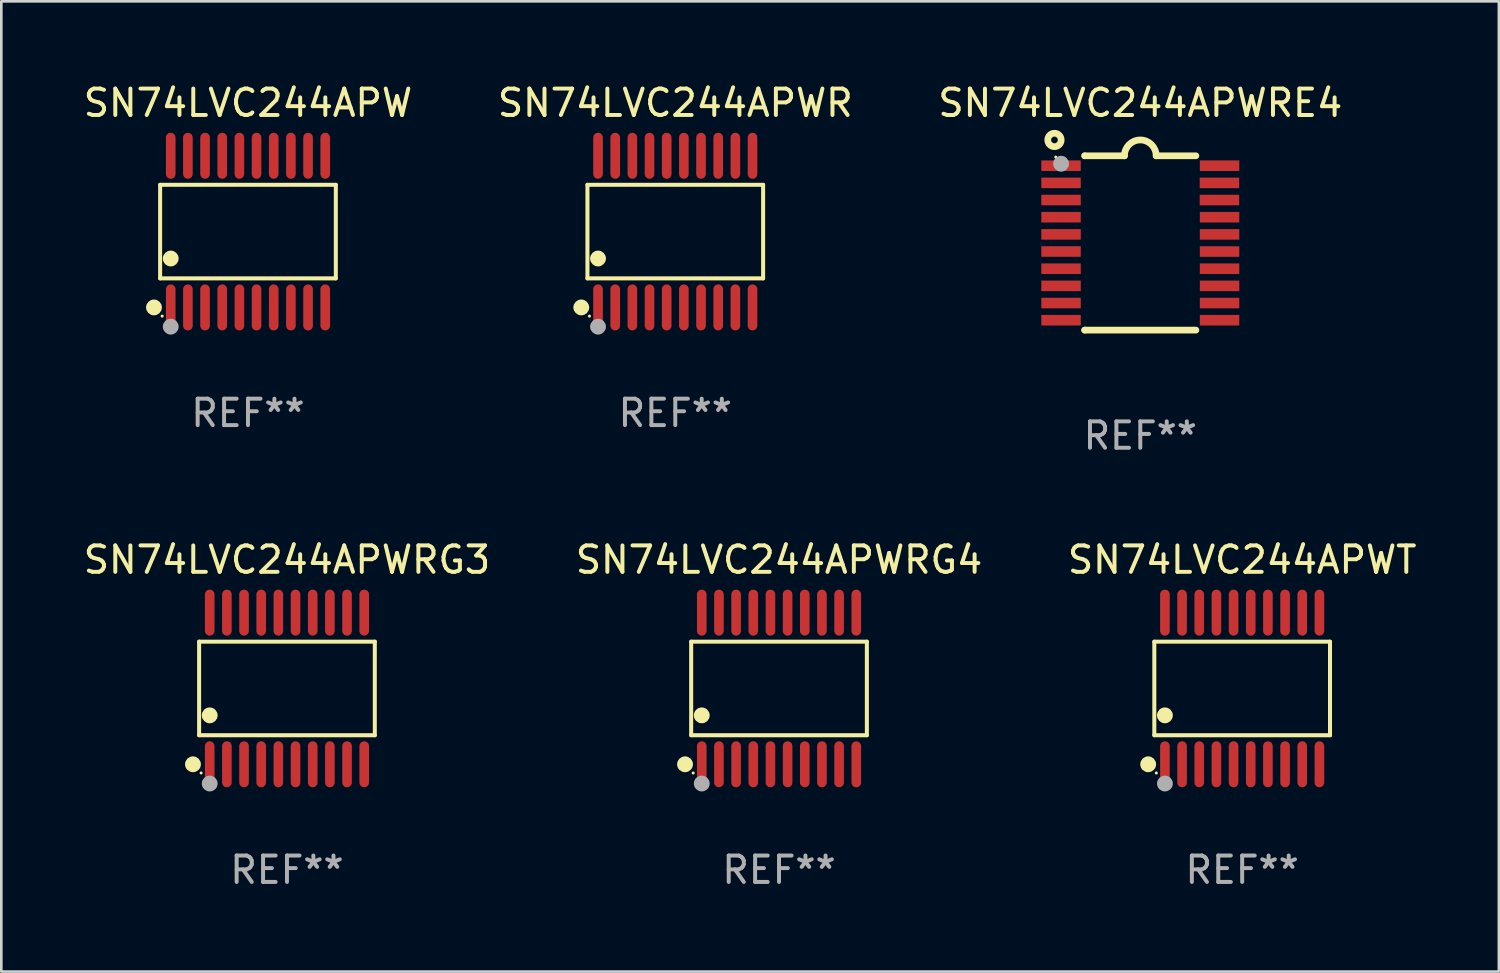
<source format=kicad_pcb>
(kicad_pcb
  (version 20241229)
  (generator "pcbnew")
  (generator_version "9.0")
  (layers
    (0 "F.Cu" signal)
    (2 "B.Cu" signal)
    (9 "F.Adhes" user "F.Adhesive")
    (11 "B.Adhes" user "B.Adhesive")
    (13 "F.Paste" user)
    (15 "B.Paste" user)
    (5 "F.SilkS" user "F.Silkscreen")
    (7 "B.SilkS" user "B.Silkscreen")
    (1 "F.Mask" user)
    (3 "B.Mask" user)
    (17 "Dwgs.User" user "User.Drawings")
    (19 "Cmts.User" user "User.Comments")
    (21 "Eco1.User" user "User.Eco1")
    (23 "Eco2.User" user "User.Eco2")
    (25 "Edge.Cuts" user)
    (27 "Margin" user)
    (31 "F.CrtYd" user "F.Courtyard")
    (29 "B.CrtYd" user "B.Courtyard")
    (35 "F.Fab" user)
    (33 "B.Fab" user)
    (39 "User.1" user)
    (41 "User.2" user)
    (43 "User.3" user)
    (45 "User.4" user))
  (footprint "SN74LVC244APWR"
    (layer "F.Cu")
    (at 22.518 5.719)
    (property "Reference" "SN74LVC244APWR" (at 0 -4.871 0) (layer "F.SilkS") (effects (font (size 1 1) (thickness 0.15))))
    (attr through_hole)
    (fp_line (start -3.326 -1.771) (end 3.326 -1.771) (stroke (width 0.152) (type solid)) (layer "F.SilkS"))
    (fp_line (start -3.326 1.771) (end -3.326 -1.771) (stroke (width 0.152) (type solid)) (layer "F.SilkS"))
    (fp_line (start 3.326 -1.771) (end 3.326 1.771) (stroke (width 0.152) (type solid)) (layer "F.SilkS"))
    (fp_line (start 3.326 1.771) (end -3.326 1.771) (stroke (width 0.152) (type solid)) (layer "F.SilkS"))
    (fp_circle (center -3.559 2.871) (end -3.409 2.871) (stroke (width 0.3) (type solid)) (fill no) (layer "F.SilkS"))
    (fp_circle (center -3.25 3.2) (end -3.22 3.2) (stroke (width 0.06) (type solid)) (fill no) (layer "F.SilkS"))
    (fp_circle (center -2.925 1.019) (end -2.775 1.019) (stroke (width 0.3) (type solid)) (fill no) (layer "F.SilkS"))
    (fp_circle (center -2.925 3.6) (end -2.775 3.6) (stroke (width 0.3) (type solid)) (fill no) (layer "F.Fab"))
    (fp_text user "REF**" (at 0 6.871 0) (layer "F.Fab") (effects (font (size 1 1) (thickness 0.15))))
    (pad "1" smd oval (at -2.925 2.871) (size 0.364 1.742) (layers "F.Cu" "F.Mask" "F.Paste"))
    (pad "2" smd oval (at -2.275 2.871) (size 0.364 1.742) (layers "F.Cu" "F.Mask" "F.Paste"))
    (pad "3" smd oval (at -1.625 2.871) (size 0.364 1.742) (layers "F.Cu" "F.Mask" "F.Paste"))
    (pad "4" smd oval (at -0.975 2.871) (size 0.364 1.742) (layers "F.Cu" "F.Mask" "F.Paste"))
    (pad "5" smd oval (at -0.325 2.871) (size 0.364 1.742) (layers "F.Cu" "F.Mask" "F.Paste"))
    (pad "6" smd oval (at 0.325 2.871) (size 0.364 1.742) (layers "F.Cu" "F.Mask" "F.Paste"))
    (pad "7" smd oval (at 0.975 2.871) (size 0.364 1.742) (layers "F.Cu" "F.Mask" "F.Paste"))
    (pad "8" smd oval (at 1.625 2.871) (size 0.364 1.742) (layers "F.Cu" "F.Mask" "F.Paste"))
    (pad "9" smd oval (at 2.275 2.871) (size 0.364 1.742) (layers "F.Cu" "F.Mask" "F.Paste"))
    (pad "10" smd oval (at 2.925 2.871) (size 0.364 1.742) (layers "F.Cu" "F.Mask" "F.Paste"))
    (pad "11" smd oval (at 2.925 -2.871) (size 0.364 1.742) (layers "F.Cu" "F.Mask" "F.Paste"))
    (pad "12" smd oval (at 2.275 -2.871) (size 0.364 1.742) (layers "F.Cu" "F.Mask" "F.Paste"))
    (pad "13" smd oval (at 1.625 -2.871) (size 0.364 1.742) (layers "F.Cu" "F.Mask" "F.Paste"))
    (pad "14" smd oval (at 0.975 -2.871) (size 0.364 1.742) (layers "F.Cu" "F.Mask" "F.Paste"))
    (pad "15" smd oval (at 0.325 -2.871) (size 0.364 1.742) (layers "F.Cu" "F.Mask" "F.Paste"))
    (pad "16" smd oval (at -0.325 -2.871) (size 0.364 1.742) (layers "F.Cu" "F.Mask" "F.Paste"))
    (pad "17" smd oval (at -0.975 -2.871) (size 0.364 1.742) (layers "F.Cu" "F.Mask" "F.Paste"))
    (pad "18" smd oval (at -1.625 -2.871) (size 0.364 1.742) (layers "F.Cu" "F.Mask" "F.Paste"))
    (pad "19" smd oval (at -2.275 -2.871) (size 0.364 1.742) (layers "F.Cu" "F.Mask" "F.Paste"))
    (pad "20" smd oval (at -2.925 -2.871) (size 0.364 1.742) (layers "F.Cu" "F.Mask" "F.Paste")))
  (footprint "SN74LVC244APWRG4"
    (layer "F.Cu")
    (at 26.446 23.017)
    (property "Reference" "SN74LVC244APWRG4" (at 0 -4.871 0) (layer "F.SilkS") (effects (font (size 1 1) (thickness 0.15))))
    (attr through_hole)
    (fp_line (start -3.326 -1.771) (end 3.326 -1.771) (stroke (width 0.152) (type solid)) (layer "F.SilkS"))
    (fp_line (start -3.326 1.771) (end -3.326 -1.771) (stroke (width 0.152) (type solid)) (layer "F.SilkS"))
    (fp_line (start 3.326 -1.771) (end 3.326 1.771) (stroke (width 0.152) (type solid)) (layer "F.SilkS"))
    (fp_line (start 3.326 1.771) (end -3.326 1.771) (stroke (width 0.152) (type solid)) (layer "F.SilkS"))
    (fp_circle (center -3.559 2.871) (end -3.409 2.871) (stroke (width 0.3) (type solid)) (fill no) (layer "F.SilkS"))
    (fp_circle (center -3.25 3.2) (end -3.22 3.2) (stroke (width 0.06) (type solid)) (fill no) (layer "F.SilkS"))
    (fp_circle (center -2.925 1.019) (end -2.775 1.019) (stroke (width 0.3) (type solid)) (fill no) (layer "F.SilkS"))
    (fp_circle (center -2.925 3.6) (end -2.775 3.6) (stroke (width 0.3) (type solid)) (fill no) (layer "F.Fab"))
    (fp_text user "REF**" (at 0 6.871 0) (layer "F.Fab") (effects (font (size 1 1) (thickness 0.15))))
    (pad "1" smd oval (at -2.925 2.871) (size 0.364 1.742) (layers "F.Cu" "F.Mask" "F.Paste"))
    (pad "2" smd oval (at -2.275 2.871) (size 0.364 1.742) (layers "F.Cu" "F.Mask" "F.Paste"))
    (pad "3" smd oval (at -1.625 2.871) (size 0.364 1.742) (layers "F.Cu" "F.Mask" "F.Paste"))
    (pad "4" smd oval (at -0.975 2.871) (size 0.364 1.742) (layers "F.Cu" "F.Mask" "F.Paste"))
    (pad "5" smd oval (at -0.325 2.871) (size 0.364 1.742) (layers "F.Cu" "F.Mask" "F.Paste"))
    (pad "6" smd oval (at 0.325 2.871) (size 0.364 1.742) (layers "F.Cu" "F.Mask" "F.Paste"))
    (pad "7" smd oval (at 0.975 2.871) (size 0.364 1.742) (layers "F.Cu" "F.Mask" "F.Paste"))
    (pad "8" smd oval (at 1.625 2.871) (size 0.364 1.742) (layers "F.Cu" "F.Mask" "F.Paste"))
    (pad "9" smd oval (at 2.275 2.871) (size 0.364 1.742) (layers "F.Cu" "F.Mask" "F.Paste"))
    (pad "10" smd oval (at 2.925 2.871) (size 0.364 1.742) (layers "F.Cu" "F.Mask" "F.Paste"))
    (pad "11" smd oval (at 2.925 -2.871) (size 0.364 1.742) (layers "F.Cu" "F.Mask" "F.Paste"))
    (pad "12" smd oval (at 2.275 -2.871) (size 0.364 1.742) (layers "F.Cu" "F.Mask" "F.Paste"))
    (pad "13" smd oval (at 1.625 -2.871) (size 0.364 1.742) (layers "F.Cu" "F.Mask" "F.Paste"))
    (pad "14" smd oval (at 0.975 -2.871) (size 0.364 1.742) (layers "F.Cu" "F.Mask" "F.Paste"))
    (pad "15" smd oval (at 0.325 -2.871) (size 0.364 1.742) (layers "F.Cu" "F.Mask" "F.Paste"))
    (pad "16" smd oval (at -0.325 -2.871) (size 0.364 1.742) (layers "F.Cu" "F.Mask" "F.Paste"))
    (pad "17" smd oval (at -0.975 -2.871) (size 0.364 1.742) (layers "F.Cu" "F.Mask" "F.Paste"))
    (pad "18" smd oval (at -1.625 -2.871) (size 0.364 1.742) (layers "F.Cu" "F.Mask" "F.Paste"))
    (pad "19" smd oval (at -2.275 -2.871) (size 0.364 1.742) (layers "F.Cu" "F.Mask" "F.Paste"))
    (pad "20" smd oval (at -2.925 -2.871) (size 0.364 1.742) (layers "F.Cu" "F.Mask" "F.Paste")))
  (footprint "SN74LVC244APWRG3"
    (layer "F.Cu")
    (at 7.815 23.017)
    (property "Reference" "SN74LVC244APWRG3" (at 0 -4.871 0) (layer "F.SilkS") (effects (font (size 1 1) (thickness 0.15))))
    (attr through_hole)
    (fp_line (start -3.326 -1.771) (end 3.326 -1.771) (stroke (width 0.152) (type solid)) (layer "F.SilkS"))
    (fp_line (start -3.326 1.771) (end -3.326 -1.771) (stroke (width 0.152) (type solid)) (layer "F.SilkS"))
    (fp_line (start 3.326 -1.771) (end 3.326 1.771) (stroke (width 0.152) (type solid)) (layer "F.SilkS"))
    (fp_line (start 3.326 1.771) (end -3.326 1.771) (stroke (width 0.152) (type solid)) (layer "F.SilkS"))
    (fp_circle (center -3.559 2.871) (end -3.409 2.871) (stroke (width 0.3) (type solid)) (fill no) (layer "F.SilkS"))
    (fp_circle (center -3.25 3.2) (end -3.22 3.2) (stroke (width 0.06) (type solid)) (fill no) (layer "F.SilkS"))
    (fp_circle (center -2.925 1.019) (end -2.775 1.019) (stroke (width 0.3) (type solid)) (fill no) (layer "F.SilkS"))
    (fp_circle (center -2.925 3.6) (end -2.775 3.6) (stroke (width 0.3) (type solid)) (fill no) (layer "F.Fab"))
    (fp_text user "REF**" (at 0 6.871 0) (layer "F.Fab") (effects (font (size 1 1) (thickness 0.15))))
    (pad "1" smd oval (at -2.925 2.871) (size 0.364 1.742) (layers "F.Cu" "F.Mask" "F.Paste"))
    (pad "2" smd oval (at -2.275 2.871) (size 0.364 1.742) (layers "F.Cu" "F.Mask" "F.Paste"))
    (pad "3" smd oval (at -1.625 2.871) (size 0.364 1.742) (layers "F.Cu" "F.Mask" "F.Paste"))
    (pad "4" smd oval (at -0.975 2.871) (size 0.364 1.742) (layers "F.Cu" "F.Mask" "F.Paste"))
    (pad "5" smd oval (at -0.325 2.871) (size 0.364 1.742) (layers "F.Cu" "F.Mask" "F.Paste"))
    (pad "6" smd oval (at 0.325 2.871) (size 0.364 1.742) (layers "F.Cu" "F.Mask" "F.Paste"))
    (pad "7" smd oval (at 0.975 2.871) (size 0.364 1.742) (layers "F.Cu" "F.Mask" "F.Paste"))
    (pad "8" smd oval (at 1.625 2.871) (size 0.364 1.742) (layers "F.Cu" "F.Mask" "F.Paste"))
    (pad "9" smd oval (at 2.275 2.871) (size 0.364 1.742) (layers "F.Cu" "F.Mask" "F.Paste"))
    (pad "10" smd oval (at 2.925 2.871) (size 0.364 1.742) (layers "F.Cu" "F.Mask" "F.Paste"))
    (pad "11" smd oval (at 2.925 -2.871) (size 0.364 1.742) (layers "F.Cu" "F.Mask" "F.Paste"))
    (pad "12" smd oval (at 2.275 -2.871) (size 0.364 1.742) (layers "F.Cu" "F.Mask" "F.Paste"))
    (pad "13" smd oval (at 1.625 -2.871) (size 0.364 1.742) (layers "F.Cu" "F.Mask" "F.Paste"))
    (pad "14" smd oval (at 0.975 -2.871) (size 0.364 1.742) (layers "F.Cu" "F.Mask" "F.Paste"))
    (pad "15" smd oval (at 0.325 -2.871) (size 0.364 1.742) (layers "F.Cu" "F.Mask" "F.Paste"))
    (pad "16" smd oval (at -0.325 -2.871) (size 0.364 1.742) (layers "F.Cu" "F.Mask" "F.Paste"))
    (pad "17" smd oval (at -0.975 -2.871) (size 0.364 1.742) (layers "F.Cu" "F.Mask" "F.Paste"))
    (pad "18" smd oval (at -1.625 -2.871) (size 0.364 1.742) (layers "F.Cu" "F.Mask" "F.Paste"))
    (pad "19" smd oval (at -2.275 -2.871) (size 0.364 1.742) (layers "F.Cu" "F.Mask" "F.Paste"))
    (pad "20" smd oval (at -2.925 -2.871) (size 0.364 1.742) (layers "F.Cu" "F.Mask" "F.Paste")))
  (footprint "SN74LVC244APWT"
    (layer "F.Cu")
    (at 43.982 23.017)
    (property "Reference" "SN74LVC244APWT" (at 0 -4.871 0) (layer "F.SilkS") (effects (font (size 1 1) (thickness 0.15))))
    (attr through_hole)
    (fp_line (start -3.326 -1.771) (end 3.326 -1.771) (stroke (width 0.152) (type solid)) (layer "F.SilkS"))
    (fp_line (start -3.326 1.771) (end -3.326 -1.771) (stroke (width 0.152) (type solid)) (layer "F.SilkS"))
    (fp_line (start 3.326 -1.771) (end 3.326 1.771) (stroke (width 0.152) (type solid)) (layer "F.SilkS"))
    (fp_line (start 3.326 1.771) (end -3.326 1.771) (stroke (width 0.152) (type solid)) (layer "F.SilkS"))
    (fp_circle (center -3.559 2.871) (end -3.409 2.871) (stroke (width 0.3) (type solid)) (fill no) (layer "F.SilkS"))
    (fp_circle (center -3.25 3.2) (end -3.22 3.2) (stroke (width 0.06) (type solid)) (fill no) (layer "F.SilkS"))
    (fp_circle (center -2.925 1.019) (end -2.775 1.019) (stroke (width 0.3) (type solid)) (fill no) (layer "F.SilkS"))
    (fp_circle (center -2.925 3.6) (end -2.775 3.6) (stroke (width 0.3) (type solid)) (fill no) (layer "F.Fab"))
    (fp_text user "REF**" (at 0 6.871 0) (layer "F.Fab") (effects (font (size 1 1) (thickness 0.15))))
    (pad "1" smd oval (at -2.925 2.871) (size 0.364 1.742) (layers "F.Cu" "F.Mask" "F.Paste"))
    (pad "2" smd oval (at -2.275 2.871) (size 0.364 1.742) (layers "F.Cu" "F.Mask" "F.Paste"))
    (pad "3" smd oval (at -1.625 2.871) (size 0.364 1.742) (layers "F.Cu" "F.Mask" "F.Paste"))
    (pad "4" smd oval (at -0.975 2.871) (size 0.364 1.742) (layers "F.Cu" "F.Mask" "F.Paste"))
    (pad "5" smd oval (at -0.325 2.871) (size 0.364 1.742) (layers "F.Cu" "F.Mask" "F.Paste"))
    (pad "6" smd oval (at 0.325 2.871) (size 0.364 1.742) (layers "F.Cu" "F.Mask" "F.Paste"))
    (pad "7" smd oval (at 0.975 2.871) (size 0.364 1.742) (layers "F.Cu" "F.Mask" "F.Paste"))
    (pad "8" smd oval (at 1.625 2.871) (size 0.364 1.742) (layers "F.Cu" "F.Mask" "F.Paste"))
    (pad "9" smd oval (at 2.275 2.871) (size 0.364 1.742) (layers "F.Cu" "F.Mask" "F.Paste"))
    (pad "10" smd oval (at 2.925 2.871) (size 0.364 1.742) (layers "F.Cu" "F.Mask" "F.Paste"))
    (pad "11" smd oval (at 2.925 -2.871) (size 0.364 1.742) (layers "F.Cu" "F.Mask" "F.Paste"))
    (pad "12" smd oval (at 2.275 -2.871) (size 0.364 1.742) (layers "F.Cu" "F.Mask" "F.Paste"))
    (pad "13" smd oval (at 1.625 -2.871) (size 0.364 1.742) (layers "F.Cu" "F.Mask" "F.Paste"))
    (pad "14" smd oval (at 0.975 -2.871) (size 0.364 1.742) (layers "F.Cu" "F.Mask" "F.Paste"))
    (pad "15" smd oval (at 0.325 -2.871) (size 0.364 1.742) (layers "F.Cu" "F.Mask" "F.Paste"))
    (pad "16" smd oval (at -0.325 -2.871) (size 0.364 1.742) (layers "F.Cu" "F.Mask" "F.Paste"))
    (pad "17" smd oval (at -0.975 -2.871) (size 0.364 1.742) (layers "F.Cu" "F.Mask" "F.Paste"))
    (pad "18" smd oval (at -1.625 -2.871) (size 0.364 1.742) (layers "F.Cu" "F.Mask" "F.Paste"))
    (pad "19" smd oval (at -2.275 -2.871) (size 0.364 1.742) (layers "F.Cu" "F.Mask" "F.Paste"))
    (pad "20" smd oval (at -2.925 -2.871) (size 0.364 1.742) (layers "F.Cu" "F.Mask" "F.Paste")))
  (footprint "SN74LVC244APWRE4"
    (layer "F.Cu")
    (at 40.125 6.149)
    (property "Reference" "SN74LVC244APWRE4" (at 0 -5.3 0) (layer "F.SilkS") (effects (font (size 1 1) (thickness 0.15))))
    (attr through_hole)
    (fp_line (start -2.105 -3.3) (end -2.105 -3.3) (stroke (width 0.254) (type solid)) (layer "F.SilkS"))
    (fp_line (start -2.105 -3.3) (end -0.6 -3.3) (stroke (width 0.254) (type solid)) (layer "F.SilkS"))
    (fp_line (start -2.105 3.3) (end -2.105 3.3) (stroke (width 0.254) (type solid)) (layer "F.SilkS"))
    (fp_line (start 0.6 -3.3) (end 2.105 -3.3) (stroke (width 0.254) (type solid)) (layer "F.SilkS"))
    (fp_line (start 2.105 3.3) (end -2.105 3.3) (stroke (width 0.254) (type solid)) (layer "F.SilkS"))
    (fp_arc (start -0.599924 -3.300026) (mid 0.000114 -3.897415) (end 0.600152 -3.300025) (stroke (width 0.254001) (type solid)) (layer "F.SilkS"))
    (fp_circle (center -3.25 -3.9) (end -2.996 -3.9) (stroke (width 0.254) (type solid)) (fill no) (layer "F.SilkS"))
    (fp_circle (center -3.2 -3.25) (end -3.17 -3.25) (stroke (width 0.06) (type solid)) (fill no) (layer "F.SilkS"))
    (fp_circle (center -3 -3) (end -2.85 -3) (stroke (width 0.3) (type solid)) (fill no) (layer "F.Fab"))
    (fp_text user "REF**" (at 0 7.3 0) (layer "F.Fab") (effects (font (size 1 1) (thickness 0.15))))
    (pad "1" smd rect (at -3.001 -2.925 270) (size 0.4 1.494) (layers "F.Cu" "F.Mask" "F.Paste"))
    (pad "2" smd rect (at -3.001 -2.275 270) (size 0.4 1.494) (layers "F.Cu" "F.Mask" "F.Paste"))
    (pad "3" smd rect (at -3.001 -1.625 270) (size 0.4 1.494) (layers "F.Cu" "F.Mask" "F.Paste"))
    (pad "4" smd rect (at -3.001 -0.975 270) (size 0.4 1.494) (layers "F.Cu" "F.Mask" "F.Paste"))
    (pad "5" smd rect (at -3.001 -0.325 270) (size 0.4 1.494) (layers "F.Cu" "F.Mask" "F.Paste"))
    (pad "6" smd rect (at -3.001 0.324 270) (size 0.4 1.494) (layers "F.Cu" "F.Mask" "F.Paste"))
    (pad "7" smd rect (at -3.001 0.975 270) (size 0.4 1.494) (layers "F.Cu" "F.Mask" "F.Paste"))
    (pad "8" smd rect (at -3.001 1.625 270) (size 0.4 1.494) (layers "F.Cu" "F.Mask" "F.Paste"))
    (pad "9" smd rect (at -3.001 2.275 270) (size 0.4 1.494) (layers "F.Cu" "F.Mask" "F.Paste"))
    (pad "10" smd rect (at -3.001 2.925 270) (size 0.4 1.494) (layers "F.Cu" "F.Mask" "F.Paste"))
    (pad "11" smd rect (at 3.001 2.925 270) (size 0.4 1.494) (layers "F.Cu" "F.Mask" "F.Paste"))
    (pad "12" smd rect (at 3.001 2.275 270) (size 0.4 1.494) (layers "F.Cu" "F.Mask" "F.Paste"))
    (pad "13" smd rect (at 3.001 1.625 270) (size 0.4 1.494) (layers "F.Cu" "F.Mask" "F.Paste"))
    (pad "14" smd rect (at 3.001 0.975 270) (size 0.4 1.494) (layers "F.Cu" "F.Mask" "F.Paste"))
    (pad "15" smd rect (at 3.001 0.325 270) (size 0.4 1.494) (layers "F.Cu" "F.Mask" "F.Paste"))
    (pad "16" smd rect (at 3.001 -0.325 270) (size 0.4 1.494) (layers "F.Cu" "F.Mask" "F.Paste"))
    (pad "17" smd rect (at 3.001 -0.975 270) (size 0.4 1.494) (layers "F.Cu" "F.Mask" "F.Paste"))
    (pad "18" smd rect (at 2.996 -1.625 270) (size 0.4 1.494) (layers "F.Cu" "F.Mask" "F.Paste"))
    (pad "19" smd rect (at 2.996 -2.275 270) (size 0.4 1.494) (layers "F.Cu" "F.Mask" "F.Paste"))
    (pad "20" smd rect (at 3.001 -2.925 270) (size 0.4 1.494) (layers "F.Cu" "F.Mask" "F.Paste")))
  (footprint "SN74LVC244APW"
    (layer "F.Cu")
    (at 6.339 5.719)
    (property "Reference" "SN74LVC244APW" (at 0 -4.871 0) (layer "F.SilkS") (effects (font (size 1 1) (thickness 0.15))))
    (attr through_hole)
    (fp_line (start -3.326 -1.771) (end 3.326 -1.771) (stroke (width 0.152) (type solid)) (layer "F.SilkS"))
    (fp_line (start -3.326 1.771) (end -3.326 -1.771) (stroke (width 0.152) (type solid)) (layer "F.SilkS"))
    (fp_line (start 3.326 -1.771) (end 3.326 1.771) (stroke (width 0.152) (type solid)) (layer "F.SilkS"))
    (fp_line (start 3.326 1.771) (end -3.326 1.771) (stroke (width 0.152) (type solid)) (layer "F.SilkS"))
    (fp_circle (center -3.559 2.871) (end -3.409 2.871) (stroke (width 0.3) (type solid)) (fill no) (layer "F.SilkS"))
    (fp_circle (center -3.25 3.2) (end -3.22 3.2) (stroke (width 0.06) (type solid)) (fill no) (layer "F.SilkS"))
    (fp_circle (center -2.925 1.019) (end -2.775 1.019) (stroke (width 0.3) (type solid)) (fill no) (layer "F.SilkS"))
    (fp_circle (center -2.925 3.6) (end -2.775 3.6) (stroke (width 0.3) (type solid)) (fill no) (layer "F.Fab"))
    (fp_text user "REF**" (at 0 6.871 0) (layer "F.Fab") (effects (font (size 1 1) (thickness 0.15))))
    (pad "1" smd oval (at -2.925 2.871) (size 0.364 1.742) (layers "F.Cu" "F.Mask" "F.Paste"))
    (pad "2" smd oval (at -2.275 2.871) (size 0.364 1.742) (layers "F.Cu" "F.Mask" "F.Paste"))
    (pad "3" smd oval (at -1.625 2.871) (size 0.364 1.742) (layers "F.Cu" "F.Mask" "F.Paste"))
    (pad "4" smd oval (at -0.975 2.871) (size 0.364 1.742) (layers "F.Cu" "F.Mask" "F.Paste"))
    (pad "5" smd oval (at -0.325 2.871) (size 0.364 1.742) (layers "F.Cu" "F.Mask" "F.Paste"))
    (pad "6" smd oval (at 0.325 2.871) (size 0.364 1.742) (layers "F.Cu" "F.Mask" "F.Paste"))
    (pad "7" smd oval (at 0.975 2.871) (size 0.364 1.742) (layers "F.Cu" "F.Mask" "F.Paste"))
    (pad "8" smd oval (at 1.625 2.871) (size 0.364 1.742) (layers "F.Cu" "F.Mask" "F.Paste"))
    (pad "9" smd oval (at 2.275 2.871) (size 0.364 1.742) (layers "F.Cu" "F.Mask" "F.Paste"))
    (pad "10" smd oval (at 2.925 2.871) (size 0.364 1.742) (layers "F.Cu" "F.Mask" "F.Paste"))
    (pad "11" smd oval (at 2.925 -2.871) (size 0.364 1.742) (layers "F.Cu" "F.Mask" "F.Paste"))
    (pad "12" smd oval (at 2.275 -2.871) (size 0.364 1.742) (layers "F.Cu" "F.Mask" "F.Paste"))
    (pad "13" smd oval (at 1.625 -2.871) (size 0.364 1.742) (layers "F.Cu" "F.Mask" "F.Paste"))
    (pad "14" smd oval (at 0.975 -2.871) (size 0.364 1.742) (layers "F.Cu" "F.Mask" "F.Paste"))
    (pad "15" smd oval (at 0.325 -2.871) (size 0.364 1.742) (layers "F.Cu" "F.Mask" "F.Paste"))
    (pad "16" smd oval (at -0.325 -2.871) (size 0.364 1.742) (layers "F.Cu" "F.Mask" "F.Paste"))
    (pad "17" smd oval (at -0.975 -2.871) (size 0.364 1.742) (layers "F.Cu" "F.Mask" "F.Paste"))
    (pad "18" smd oval (at -1.625 -2.871) (size 0.364 1.742) (layers "F.Cu" "F.Mask" "F.Paste"))
    (pad "19" smd oval (at -2.275 -2.871) (size 0.364 1.742) (layers "F.Cu" "F.Mask" "F.Paste"))
    (pad "20" smd oval (at -2.925 -2.871) (size 0.364 1.742) (layers "F.Cu" "F.Mask" "F.Paste")))
  (gr_rect
    (start -3 -3)
    (end 53.702 33.736)
    (stroke (width 0.1) (type default))
    (fill no)
    (layer "Edge.Cuts")))
</source>
